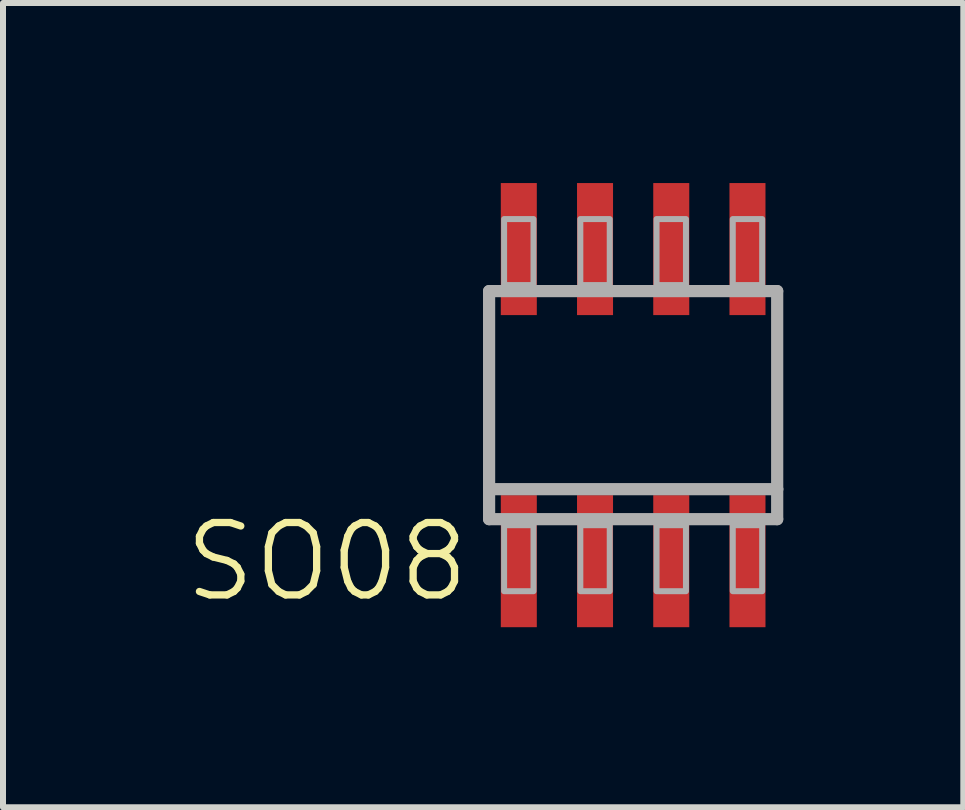
<source format=kicad_pcb>
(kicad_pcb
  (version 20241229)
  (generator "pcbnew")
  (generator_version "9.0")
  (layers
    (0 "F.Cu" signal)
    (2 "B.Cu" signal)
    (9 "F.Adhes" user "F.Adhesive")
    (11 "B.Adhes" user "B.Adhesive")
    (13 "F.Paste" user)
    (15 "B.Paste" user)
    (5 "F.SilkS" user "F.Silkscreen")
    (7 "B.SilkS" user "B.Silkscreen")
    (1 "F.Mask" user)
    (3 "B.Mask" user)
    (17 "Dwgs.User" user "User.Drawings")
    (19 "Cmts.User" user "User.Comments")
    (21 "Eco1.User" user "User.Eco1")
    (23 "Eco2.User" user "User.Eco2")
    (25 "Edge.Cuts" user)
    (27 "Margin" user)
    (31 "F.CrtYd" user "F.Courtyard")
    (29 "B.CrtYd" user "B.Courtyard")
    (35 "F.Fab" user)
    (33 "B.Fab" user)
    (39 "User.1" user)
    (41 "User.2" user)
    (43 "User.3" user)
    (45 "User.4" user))
  (footprint "SO08"
    (layer "F.Cu")
    (at 7.499 3.7)
    (property "Reference" "SO08" (at -2.667 1.905 180) (layer "F.SilkS") (effects (font (size 1.206 1.206) (thickness 0.121)) (justify right top)))
    (attr through_hole)
    (fp_line (start -2.4 -1.9) (end 2.4 -1.9) (stroke (width 0.203) (type solid)) (layer "F.Fab"))
    (fp_line (start -2.4 1.4) (end -2.4 -1.9) (stroke (width 0.203) (type solid)) (layer "F.Fab"))
    (fp_line (start -2.4 1.9) (end -2.4 1.4) (stroke (width 0.203) (type solid)) (layer "F.Fab"))
    (fp_line (start 2.4 -1.9) (end 2.4 1.4) (stroke (width 0.203) (type solid)) (layer "F.Fab"))
    (fp_line (start 2.4 1.4) (end -2.4 1.4) (stroke (width 0.203) (type solid)) (layer "F.Fab"))
    (fp_line (start 2.4 1.4) (end 2.4 1.9) (stroke (width 0.203) (type solid)) (layer "F.Fab"))
    (fp_line (start 2.4 1.9) (end -2.4 1.9) (stroke (width 0.203) (type solid)) (layer "F.Fab"))
    (fp_poly (pts (xy -2.15 -2) (xy -1.66 -2) (xy -1.66 -3.1) (xy -2.15 -3.1)) (stroke (width 0.1) (type solid)) (fill no) (layer "F.Fab"))
    (fp_poly (pts (xy -2.15 3.1) (xy -1.66 3.1) (xy -1.66 2) (xy -2.15 2)) (stroke (width 0.1) (type solid)) (fill no) (layer "F.Fab"))
    (fp_poly (pts (xy -0.88 -2) (xy -0.39 -2) (xy -0.39 -3.1) (xy -0.88 -3.1)) (stroke (width 0.1) (type solid)) (fill no) (layer "F.Fab"))
    (fp_poly (pts (xy -0.88 3.1) (xy -0.39 3.1) (xy -0.39 2) (xy -0.88 2)) (stroke (width 0.1) (type solid)) (fill no) (layer "F.Fab"))
    (fp_poly (pts (xy 0.39 -2) (xy 0.88 -2) (xy 0.88 -3.1) (xy 0.39 -3.1)) (stroke (width 0.1) (type solid)) (fill no) (layer "F.Fab"))
    (fp_poly (pts (xy 0.39 3.1) (xy 0.88 3.1) (xy 0.88 2) (xy 0.39 2)) (stroke (width 0.1) (type solid)) (fill no) (layer "F.Fab"))
    (fp_poly (pts (xy 1.66 -2) (xy 2.15 -2) (xy 2.15 -3.1) (xy 1.66 -3.1)) (stroke (width 0.1) (type solid)) (fill no) (layer "F.Fab"))
    (fp_poly (pts (xy 1.66 3.1) (xy 2.15 3.1) (xy 2.15 2) (xy 1.66 2)) (stroke (width 0.1) (type solid)) (fill no) (layer "F.Fab"))
    (pad "1" smd rect (at -1.905 2.6) (size 0.6 2.2) (layers "F.Cu" "F.Mask" "F.Paste"))
    (pad "2" smd rect (at -0.635 2.6) (size 0.6 2.2) (layers "F.Cu" "F.Mask" "F.Paste"))
    (pad "3" smd rect (at 0.635 2.6) (size 0.6 2.2) (layers "F.Cu" "F.Mask" "F.Paste"))
    (pad "4" smd rect (at 1.905 2.6) (size 0.6 2.2) (layers "F.Cu" "F.Mask" "F.Paste"))
    (pad "5" smd rect (at 1.905 -2.6) (size 0.6 2.2) (layers "F.Cu" "F.Mask" "F.Paste"))
    (pad "6" smd rect (at 0.635 -2.6) (size 0.6 2.2) (layers "F.Cu" "F.Mask" "F.Paste"))
    (pad "7" smd rect (at -0.635 -2.6) (size 0.6 2.2) (layers "F.Cu" "F.Mask" "F.Paste"))
    (pad "8" smd rect (at -1.905 -2.6) (size 0.6 2.2) (layers "F.Cu" "F.Mask" "F.Paste")))
  (gr_rect
    (start -3 -3)
    (end 13 10.4)
    (stroke (width 0.1) (type default))
    (fill no)
    (layer "Edge.Cuts")))
</source>
